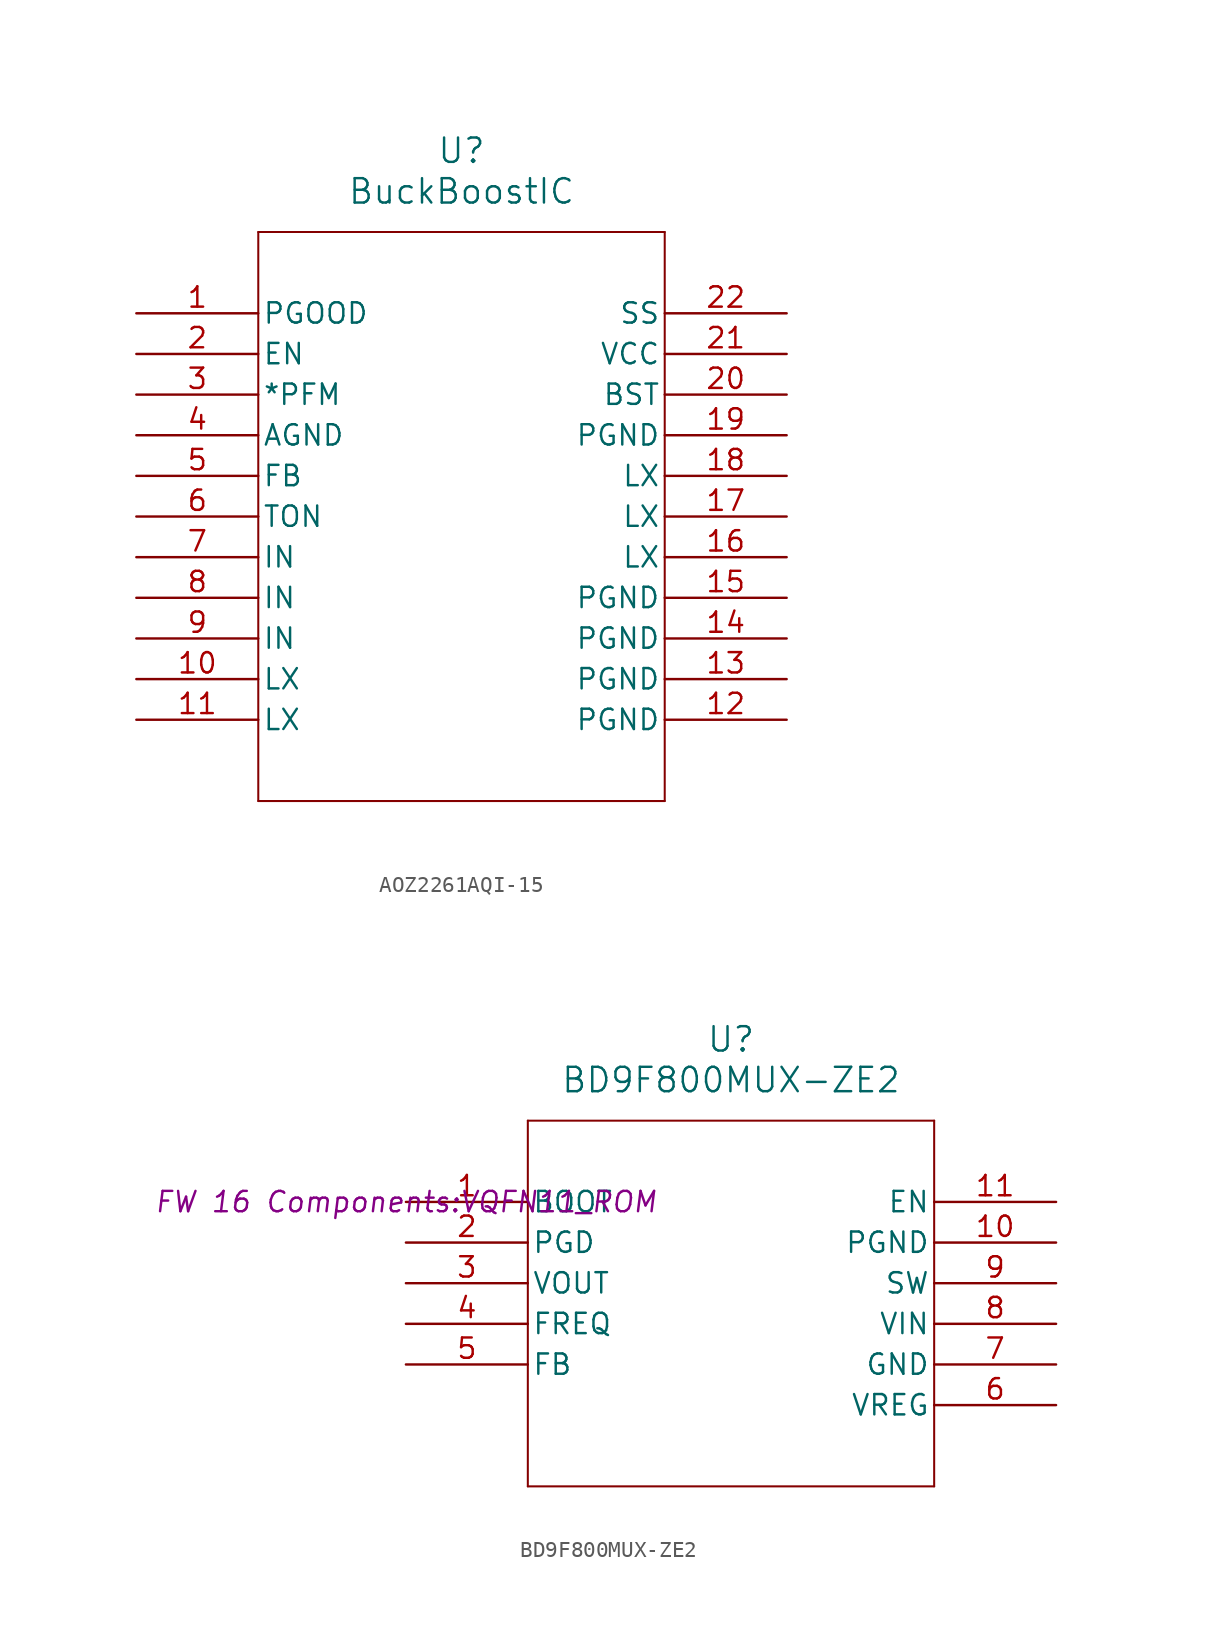
<source format=kicad_sym>
(kicad_symbol_lib
  (version 20231120)
  (generator "kicad_symbol_editor")
  (generator_version "8.0")
  (symbol "AOZ2261AQI-15"
    (pin_names
      (offset 0.254))
    (property "Reference" "U"
      (at 20.32 10.16 0)
      (effects (font (size 1.524 1.524))))
    (property "Value" "BuckBoostIC"
      (at 20.32 7.62 0)
      (effects (font (size 1.524 1.524))))
    (symbol "AOZ2261AQI-15_0_1"
      (polyline (pts (xy 7.62 -30.48) (xy 33.02 -30.48)) (stroke (width 0.127) (type default)) (fill (type none)))
      (polyline (pts (xy 7.62 5.08) (xy 7.62 -30.48)) (stroke (width 0.127) (type default)) (fill (type none)))
      (polyline (pts (xy 33.02 -30.48) (xy 33.02 5.08)) (stroke (width 0.127) (type default)) (fill (type none)))
      (polyline (pts (xy 33.02 5.08) (xy 7.62 5.08)) (stroke (width 0.127) (type default)) (fill (type none)))
      (pin output line (at 0 0 0) (length 7.62) (name "PGOOD" (effects (font (size 1.27 1.27)))) (number "1" (effects (font (size 1.27 1.27)))))
      (pin power_in line (at 0 -22.86 0) (length 7.62) (name "LX" (effects (font (size 1.27 1.27)))) (number "10" (effects (font (size 1.27 1.27)))))
      (pin power_in line (at 0 -25.4 0) (length 7.62) (name "LX" (effects (font (size 1.27 1.27)))) (number "11" (effects (font (size 1.27 1.27)))))
      (pin power_out line (at 40.64 -25.4 180) (length 7.62) (name "PGND" (effects (font (size 1.27 1.27)))) (number "12" (effects (font (size 1.27 1.27)))))
      (pin power_out line (at 40.64 -22.86 180) (length 7.62) (name "PGND" (effects (font (size 1.27 1.27)))) (number "13" (effects (font (size 1.27 1.27)))))
      (pin power_out line (at 40.64 -20.32 180) (length 7.62) (name "PGND" (effects (font (size 1.27 1.27)))) (number "14" (effects (font (size 1.27 1.27)))))
      (pin power_out line (at 40.64 -17.78 180) (length 7.62) (name "PGND" (effects (font (size 1.27 1.27)))) (number "15" (effects (font (size 1.27 1.27)))))
      (pin power_in line (at 40.64 -15.24 180) (length 7.62) (name "LX" (effects (font (size 1.27 1.27)))) (number "16" (effects (font (size 1.27 1.27)))))
      (pin power_in line (at 40.64 -12.7 180) (length 7.62) (name "LX" (effects (font (size 1.27 1.27)))) (number "17" (effects (font (size 1.27 1.27)))))
      (pin power_in line (at 40.64 -10.16 180) (length 7.62) (name "LX" (effects (font (size 1.27 1.27)))) (number "18" (effects (font (size 1.27 1.27)))))
      (pin power_out line (at 40.64 -7.62 180) (length 7.62) (name "PGND" (effects (font (size 1.27 1.27)))) (number "19" (effects (font (size 1.27 1.27)))))
      (pin input line (at 0 -2.54 0) (length 7.62) (name "EN" (effects (font (size 1.27 1.27)))) (number "2" (effects (font (size 1.27 1.27)))))
      (pin power_in line (at 40.64 -5.08 180) (length 7.62) (name "BST" (effects (font (size 1.27 1.27)))) (number "20" (effects (font (size 1.27 1.27)))))
      (pin power_in line (at 40.64 -2.54 180) (length 7.62) (name "VCC" (effects (font (size 1.27 1.27)))) (number "21" (effects (font (size 1.27 1.27)))))
      (pin input line (at 40.64 0 180) (length 7.62) (name "SS" (effects (font (size 1.27 1.27)))) (number "22" (effects (font (size 1.27 1.27)))))
      (pin input line (at 0 -5.08 0) (length 7.62) (name "*PFM" (effects (font (size 1.27 1.27)))) (number "3" (effects (font (size 1.27 1.27)))))
      (pin power_out line (at 0 -7.62 0) (length 7.62) (name "AGND" (effects (font (size 1.27 1.27)))) (number "4" (effects (font (size 1.27 1.27)))))
      (pin input line (at 0 -10.16 0) (length 7.62) (name "FB" (effects (font (size 1.27 1.27)))) (number "5" (effects (font (size 1.27 1.27)))))
      (pin input line (at 0 -12.7 0) (length 7.62) (name "TON" (effects (font (size 1.27 1.27)))) (number "6" (effects (font (size 1.27 1.27)))))
      (pin power_in line (at 0 -15.24 0) (length 7.62) (name "IN" (effects (font (size 1.27 1.27)))) (number "7" (effects (font (size 1.27 1.27)))))
      (pin power_in line (at 0 -17.78 0) (length 7.62) (name "IN" (effects (font (size 1.27 1.27)))) (number "8" (effects (font (size 1.27 1.27)))))
      (pin power_in line (at 0 -20.32 0) (length 7.62) (name "IN" (effects (font (size 1.27 1.27)))) (number "9" (effects (font (size 1.27 1.27)))))))
  (symbol "BD9F800MUX-ZE2"
    (pin_names
      (offset 0.254))
    (property "Reference" "U"
      (at 20.32 10.16 0)
      (effects (font (size 1.524 1.524))))
    (property "Value" "BD9F800MUX-ZE2"
      (at 20.32 7.62 0)
      (effects (font (size 1.524 1.524))))
    (property "Footprint" "FW 16 Components:VQFN11_ROM"
      (at 0 0 0)
      (effects (font (size 1.27 1.27) (italic yes))))
    (symbol "BD9F800MUX-ZE2_0_1"
      (polyline (pts (xy 7.62 -17.78) (xy 33.02 -17.78)) (stroke (width 0.127) (type default)) (fill (type none)))
      (polyline (pts (xy 7.62 5.08) (xy 7.62 -17.78)) (stroke (width 0.127) (type default)) (fill (type none)))
      (polyline (pts (xy 33.02 -17.78) (xy 33.02 5.08)) (stroke (width 0.127) (type default)) (fill (type none)))
      (polyline (pts (xy 33.02 5.08) (xy 7.62 5.08)) (stroke (width 0.127) (type default)) (fill (type none)))
      (pin unspecified line (at 0 0 0) (length 7.62) (name "BOOT" (effects (font (size 1.27 1.27)))) (number "1" (effects (font (size 1.27 1.27)))))
      (pin power_out line (at 40.64 -2.54 180) (length 7.62) (name "PGND" (effects (font (size 1.27 1.27)))) (number "10" (effects (font (size 1.27 1.27)))))
      (pin input line (at 40.64 0 180) (length 7.62) (name "EN" (effects (font (size 1.27 1.27)))) (number "11" (effects (font (size 1.27 1.27)))))
      (pin unspecified line (at 0 -2.54 0) (length 7.62) (name "PGD" (effects (font (size 1.27 1.27)))) (number "2" (effects (font (size 1.27 1.27)))))
      (pin output line (at 0 -5.08 0) (length 7.62) (name "VOUT" (effects (font (size 1.27 1.27)))) (number "3" (effects (font (size 1.27 1.27)))))
      (pin unspecified line (at 0 -7.62 0) (length 7.62) (name "FREQ" (effects (font (size 1.27 1.27)))) (number "4" (effects (font (size 1.27 1.27)))))
      (pin input line (at 0 -10.16 0) (length 7.62) (name "FB" (effects (font (size 1.27 1.27)))) (number "5" (effects (font (size 1.27 1.27)))))
      (pin power_in line (at 40.64 -12.7 180) (length 7.62) (name "VREG" (effects (font (size 1.27 1.27)))) (number "6" (effects (font (size 1.27 1.27)))))
      (pin power_out line (at 40.64 -10.16 180) (length 7.62) (name "GND" (effects (font (size 1.27 1.27)))) (number "7" (effects (font (size 1.27 1.27)))))
      (pin input line (at 40.64 -7.62 180) (length 7.62) (name "VIN" (effects (font (size 1.27 1.27)))) (number "8" (effects (font (size 1.27 1.27)))))
      (pin bidirectional line (at 40.64 -5.08 180) (length 7.62) (name "SW" (effects (font (size 1.27 1.27)))) (number "9" (effects (font (size 1.27 1.27))))))))
</source>
